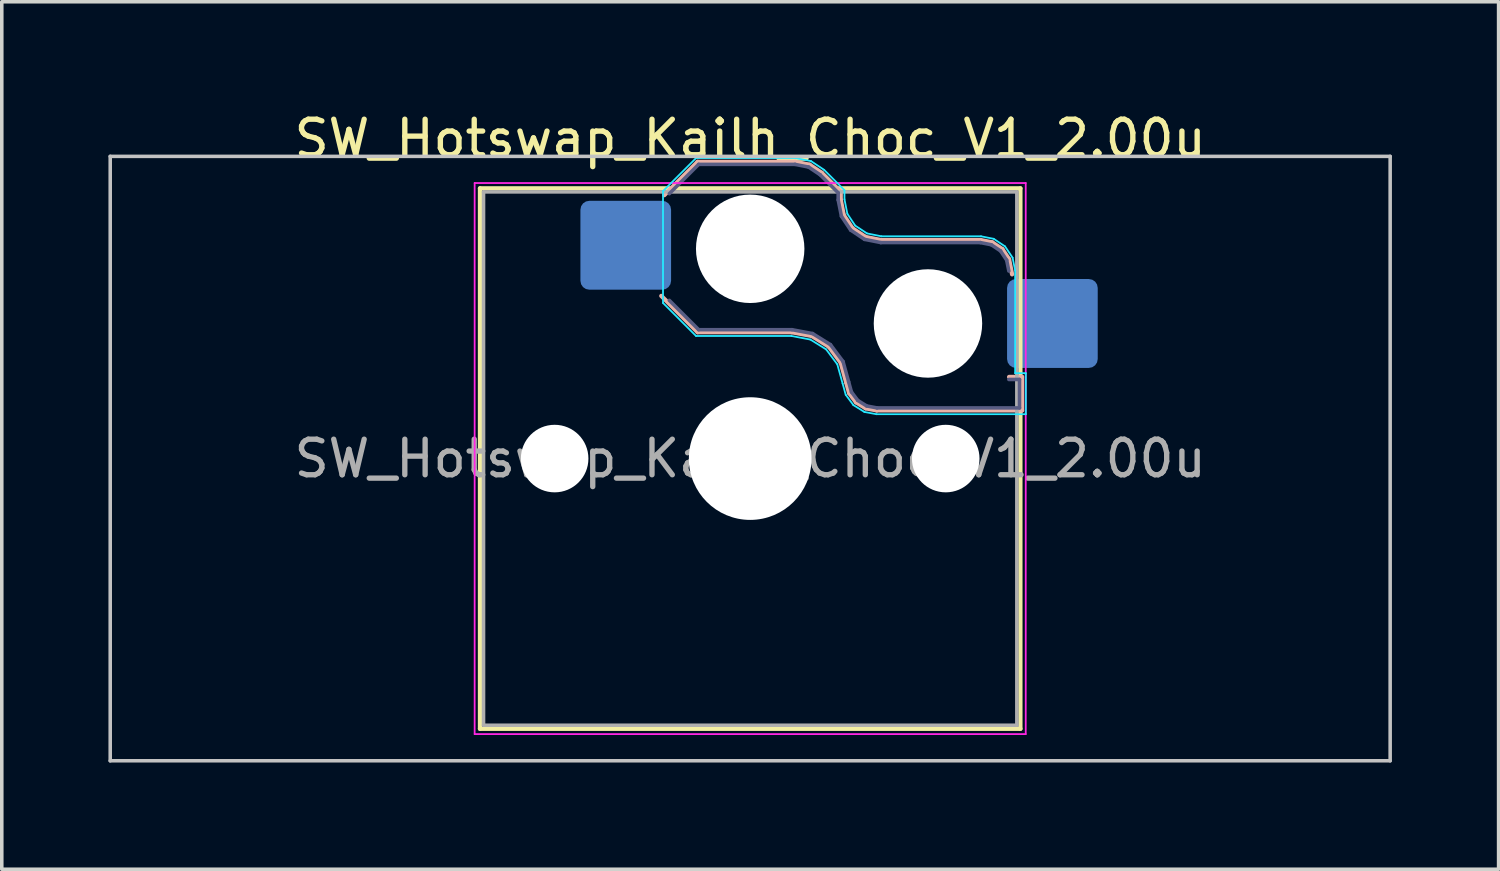
<source format=kicad_pcb>
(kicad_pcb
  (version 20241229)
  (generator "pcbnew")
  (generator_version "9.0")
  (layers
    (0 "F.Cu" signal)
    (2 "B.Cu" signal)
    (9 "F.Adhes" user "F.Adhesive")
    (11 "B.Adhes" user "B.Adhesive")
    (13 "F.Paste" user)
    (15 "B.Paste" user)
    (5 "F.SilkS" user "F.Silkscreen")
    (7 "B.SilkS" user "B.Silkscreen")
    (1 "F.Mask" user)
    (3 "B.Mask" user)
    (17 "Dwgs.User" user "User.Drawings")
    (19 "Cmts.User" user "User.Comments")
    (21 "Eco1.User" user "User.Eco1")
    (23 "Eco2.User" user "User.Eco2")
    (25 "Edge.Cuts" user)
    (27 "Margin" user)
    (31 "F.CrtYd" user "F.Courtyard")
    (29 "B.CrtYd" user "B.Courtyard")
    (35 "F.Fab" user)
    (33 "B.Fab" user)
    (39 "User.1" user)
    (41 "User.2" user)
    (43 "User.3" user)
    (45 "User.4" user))
  (footprint "SW_Hotswap_Kailh_Choc_V1_2.00u"
    (layer "F.Cu")
    (at 18.05 9.848)
    (property "Reference" "SW_Hotswap_Kailh_Choc_V1_2.00u" (at 0 -9 0) (layer "F.SilkS") (effects (font (size 1 1) (thickness 0.15))))
    (attr smd)
    (fp_line (start -7.6 -7.6) (end -7.6 7.6) (stroke (width 0.12) (type solid)) (layer "F.SilkS"))
    (fp_line (start -7.6 7.6) (end 7.6 7.6) (stroke (width 0.12) (type solid)) (layer "F.SilkS"))
    (fp_line (start 7.6 -7.6) (end -7.6 -7.6) (stroke (width 0.12) (type solid)) (layer "F.SilkS"))
    (fp_line (start 7.6 7.6) (end 7.6 -7.6) (stroke (width 0.12) (type solid)) (layer "F.SilkS"))
    (fp_line (start -2.416 -7.409) (end -1.479 -8.346) (stroke (width 0.12) (type solid)) (layer "B.SilkS"))
    (fp_line (start -1.479 -8.346) (end 1.268 -8.346) (stroke (width 0.12) (type solid)) (layer "B.SilkS"))
    (fp_line (start -1.479 -3.554) (end -2.5 -4.575) (stroke (width 0.12) (type solid)) (layer "B.SilkS"))
    (fp_line (start 1.168 -3.554) (end -1.479 -3.554) (stroke (width 0.12) (type solid)) (layer "B.SilkS"))
    (fp_line (start 1.268 -8.346) (end 1.671 -8.266) (stroke (width 0.12) (type solid)) (layer "B.SilkS"))
    (fp_line (start 1.671 -8.266) (end 2.013 -8.037) (stroke (width 0.12) (type solid)) (layer "B.SilkS"))
    (fp_line (start 1.73 -3.449) (end 1.168 -3.554) (stroke (width 0.12) (type solid)) (layer "B.SilkS"))
    (fp_line (start 2.013 -8.037) (end 2.546 -7.504) (stroke (width 0.12) (type solid)) (layer "B.SilkS"))
    (fp_line (start 2.209 -3.15) (end 1.73 -3.449) (stroke (width 0.12) (type solid)) (layer "B.SilkS"))
    (fp_line (start 2.546 -7.504) (end 2.546 -7.282) (stroke (width 0.12) (type solid)) (layer "B.SilkS"))
    (fp_line (start 2.546 -7.282) (end 2.633 -6.844) (stroke (width 0.12) (type solid)) (layer "B.SilkS"))
    (fp_line (start 2.547 -2.697) (end 2.209 -3.15) (stroke (width 0.12) (type solid)) (layer "B.SilkS"))
    (fp_line (start 2.633 -6.844) (end 2.877 -6.477) (stroke (width 0.12) (type solid)) (layer "B.SilkS"))
    (fp_line (start 2.701 -2.139) (end 2.547 -2.697) (stroke (width 0.12) (type solid)) (layer "B.SilkS"))
    (fp_line (start 2.783 -1.841) (end 2.701 -2.139) (stroke (width 0.12) (type solid)) (layer "B.SilkS"))
    (fp_line (start 2.877 -6.477) (end 3.244 -6.233) (stroke (width 0.12) (type solid)) (layer "B.SilkS"))
    (fp_line (start 2.976 -1.583) (end 2.783 -1.841) (stroke (width 0.12) (type solid)) (layer "B.SilkS"))
    (fp_line (start 3.244 -6.233) (end 3.682 -6.146) (stroke (width 0.12) (type solid)) (layer "B.SilkS"))
    (fp_line (start 3.25 -1.413) (end 2.976 -1.583) (stroke (width 0.12) (type solid)) (layer "B.SilkS"))
    (fp_line (start 3.56 -1.354) (end 3.25 -1.413) (stroke (width 0.12) (type solid)) (layer "B.SilkS"))
    (fp_line (start 3.682 -6.146) (end 6.482 -6.146) (stroke (width 0.12) (type solid)) (layer "B.SilkS"))
    (fp_line (start 6.482 -6.146) (end 6.809 -6.081) (stroke (width 0.12) (type solid)) (layer "B.SilkS"))
    (fp_line (start 6.809 -6.081) (end 7.092 -5.892) (stroke (width 0.12) (type solid)) (layer "B.SilkS"))
    (fp_line (start 7.092 -5.892) (end 7.281 -5.609) (stroke (width 0.12) (type solid)) (layer "B.SilkS"))
    (fp_line (start 7.281 -5.609) (end 7.366 -5.182) (stroke (width 0.12) (type solid)) (layer "B.SilkS"))
    (fp_line (start 7.283 -2.296) (end 7.646 -2.296) (stroke (width 0.12) (type solid)) (layer "B.SilkS"))
    (fp_line (start 7.646 -2.296) (end 7.646 -1.354) (stroke (width 0.12) (type solid)) (layer "B.SilkS"))
    (fp_line (start 7.646 -1.354) (end 3.56 -1.354) (stroke (width 0.12) (type solid)) (layer "B.SilkS"))
    (fp_line (start -18 -8.5) (end -18 8.5) (stroke (width 0.1) (type solid)) (layer "Dwgs.User"))
    (fp_line (start -18 8.5) (end 18 8.5) (stroke (width 0.1) (type solid)) (layer "Dwgs.User"))
    (fp_line (start 18 -8.5) (end -18 -8.5) (stroke (width 0.1) (type solid)) (layer "Dwgs.User"))
    (fp_line (start 18 8.5) (end 18 -8.5) (stroke (width 0.1) (type solid)) (layer "Dwgs.User"))
    (fp_line (start -7.25 -7.25) (end -7.25 7.25) (stroke (width 0.1) (type solid)) (layer "Eco1.User"))
    (fp_line (start -7.25 7.25) (end 7.25 7.25) (stroke (width 0.1) (type solid)) (layer "Eco1.User"))
    (fp_line (start 7.25 -7.25) (end -7.25 -7.25) (stroke (width 0.1) (type solid)) (layer "Eco1.User"))
    (fp_line (start 7.25 7.25) (end 7.25 -7.25) (stroke (width 0.1) (type solid)) (layer "Eco1.User"))
    (fp_line (start -2.452 -7.523) (end -1.523 -8.452) (stroke (width 0.05) (type solid)) (layer "B.CrtYd"))
    (fp_line (start -2.452 -4.377) (end -2.452 -7.523) (stroke (width 0.05) (type solid)) (layer "B.CrtYd"))
    (fp_line (start -1.523 -8.452) (end 1.278 -8.452) (stroke (width 0.05) (type solid)) (layer "B.CrtYd"))
    (fp_line (start -1.523 -3.448) (end -2.452 -4.377) (stroke (width 0.05) (type solid)) (layer "B.CrtYd"))
    (fp_line (start 1.159 -3.448) (end -1.523 -3.448) (stroke (width 0.05) (type solid)) (layer "B.CrtYd"))
    (fp_line (start 1.278 -8.452) (end 1.712 -8.366) (stroke (width 0.05) (type solid)) (layer "B.CrtYd"))
    (fp_line (start 1.691 -3.348) (end 1.159 -3.448) (stroke (width 0.05) (type solid)) (layer "B.CrtYd"))
    (fp_line (start 1.712 -8.366) (end 2.081 -8.119) (stroke (width 0.05) (type solid)) (layer "B.CrtYd"))
    (fp_line (start 2.081 -8.119) (end 2.652 -7.548) (stroke (width 0.05) (type solid)) (layer "B.CrtYd"))
    (fp_line (start 2.136 -3.071) (end 1.691 -3.348) (stroke (width 0.05) (type solid)) (layer "B.CrtYd"))
    (fp_line (start 2.45 -2.65) (end 2.136 -3.071) (stroke (width 0.05) (type solid)) (layer "B.CrtYd"))
    (fp_line (start 2.599 -2.111) (end 2.45 -2.65) (stroke (width 0.05) (type solid)) (layer "B.CrtYd"))
    (fp_line (start 2.652 -7.548) (end 2.652 -7.292) (stroke (width 0.05) (type solid)) (layer "B.CrtYd"))
    (fp_line (start 2.652 -7.292) (end 2.733 -6.885) (stroke (width 0.05) (type solid)) (layer "B.CrtYd"))
    (fp_line (start 2.687 -1.794) (end 2.599 -2.111) (stroke (width 0.05) (type solid)) (layer "B.CrtYd"))
    (fp_line (start 2.733 -6.885) (end 2.953 -6.553) (stroke (width 0.05) (type solid)) (layer "B.CrtYd"))
    (fp_line (start 2.903 -1.503) (end 2.687 -1.794) (stroke (width 0.05) (type solid)) (layer "B.CrtYd"))
    (fp_line (start 2.953 -6.553) (end 3.285 -6.333) (stroke (width 0.05) (type solid)) (layer "B.CrtYd"))
    (fp_line (start 3.211 -1.312) (end 2.903 -1.503) (stroke (width 0.05) (type solid)) (layer "B.CrtYd"))
    (fp_line (start 3.285 -6.333) (end 3.692 -6.252) (stroke (width 0.05) (type solid)) (layer "B.CrtYd"))
    (fp_line (start 3.55 -1.248) (end 3.211 -1.312) (stroke (width 0.05) (type solid)) (layer "B.CrtYd"))
    (fp_line (start 3.692 -6.252) (end 6.492 -6.252) (stroke (width 0.05) (type solid)) (layer "B.CrtYd"))
    (fp_line (start 6.492 -6.252) (end 6.85 -6.181) (stroke (width 0.05) (type solid)) (layer "B.CrtYd"))
    (fp_line (start 6.85 -6.181) (end 7.168 -5.968) (stroke (width 0.05) (type solid)) (layer "B.CrtYd"))
    (fp_line (start 7.168 -5.968) (end 7.381 -5.65) (stroke (width 0.05) (type solid)) (layer "B.CrtYd"))
    (fp_line (start 7.381 -5.65) (end 7.452 -5.292) (stroke (width 0.05) (type solid)) (layer "B.CrtYd"))
    (fp_line (start 7.452 -5.292) (end 7.452 -2.402) (stroke (width 0.05) (type solid)) (layer "B.CrtYd"))
    (fp_line (start 7.452 -2.402) (end 7.752 -2.402) (stroke (width 0.05) (type solid)) (layer "B.CrtYd"))
    (fp_line (start 7.752 -2.402) (end 7.752 -1.248) (stroke (width 0.05) (type solid)) (layer "B.CrtYd"))
    (fp_line (start 7.752 -1.248) (end 3.55 -1.248) (stroke (width 0.05) (type solid)) (layer "B.CrtYd"))
    (fp_line (start -7.75 -7.75) (end -7.75 7.75) (stroke (width 0.05) (type solid)) (layer "F.CrtYd"))
    (fp_line (start -7.75 7.75) (end 7.75 7.75) (stroke (width 0.05) (type solid)) (layer "F.CrtYd"))
    (fp_line (start 7.75 -7.75) (end -7.75 -7.75) (stroke (width 0.05) (type solid)) (layer "F.CrtYd"))
    (fp_line (start 7.75 7.75) (end 7.75 -7.75) (stroke (width 0.05) (type solid)) (layer "F.CrtYd"))
    (fp_line (start -2.275 -7.45) (end -1.45 -8.275) (stroke (width 0.1) (type solid)) (layer "B.Fab"))
    (fp_line (start -1.45 -8.275) (end 1.261 -8.275) (stroke (width 0.1) (type solid)) (layer "B.Fab"))
    (fp_line (start -1.45 -3.625) (end -2.275 -4.45) (stroke (width 0.1) (type solid)) (layer "B.Fab"))
    (fp_line (start 1.175 -3.625) (end -1.45 -3.625) (stroke (width 0.1) (type solid)) (layer "B.Fab"))
    (fp_line (start 1.261 -8.275) (end 1.643 -8.199) (stroke (width 0.1) (type solid)) (layer "B.Fab"))
    (fp_line (start 1.643 -8.199) (end 1.968 -7.982) (stroke (width 0.1) (type solid)) (layer "B.Fab"))
    (fp_line (start 1.756 -3.516) (end 1.175 -3.625) (stroke (width 0.1) (type solid)) (layer "B.Fab"))
    (fp_line (start 1.968 -7.982) (end 2.475 -7.475) (stroke (width 0.1) (type solid)) (layer "B.Fab"))
    (fp_line (start 2.258 -3.203) (end 1.756 -3.516) (stroke (width 0.1) (type solid)) (layer "B.Fab"))
    (fp_line (start 2.475 -7.475) (end 2.475 -7.275) (stroke (width 0.1) (type solid)) (layer "B.Fab"))
    (fp_line (start 2.475 -7.275) (end 2.566 -6.816) (stroke (width 0.1) (type solid)) (layer "B.Fab"))
    (fp_line (start 2.566 -6.816) (end 2.826 -6.426) (stroke (width 0.1) (type solid)) (layer "B.Fab"))
    (fp_line (start 2.612 -2.729) (end 2.258 -3.203) (stroke (width 0.1) (type solid)) (layer "B.Fab"))
    (fp_line (start 2.769 -2.158) (end 2.612 -2.729) (stroke (width 0.1) (type solid)) (layer "B.Fab"))
    (fp_line (start 2.826 -6.426) (end 3.216 -6.166) (stroke (width 0.1) (type solid)) (layer "B.Fab"))
    (fp_line (start 2.848 -1.873) (end 2.769 -2.158) (stroke (width 0.1) (type solid)) (layer "B.Fab"))
    (fp_line (start 3.025 -1.636) (end 2.848 -1.873) (stroke (width 0.1) (type solid)) (layer "B.Fab"))
    (fp_line (start 3.216 -6.166) (end 3.675 -6.075) (stroke (width 0.1) (type solid)) (layer "B.Fab"))
    (fp_line (start 3.276 -1.48) (end 3.025 -1.636) (stroke (width 0.1) (type solid)) (layer "B.Fab"))
    (fp_line (start 3.567 -1.425) (end 3.276 -1.48) (stroke (width 0.1) (type solid)) (layer "B.Fab"))
    (fp_line (start 3.675 -6.075) (end 6.475 -6.075) (stroke (width 0.1) (type solid)) (layer "B.Fab"))
    (fp_line (start 6.475 -6.075) (end 6.781 -6.014) (stroke (width 0.1) (type solid)) (layer "B.Fab"))
    (fp_line (start 6.781 -6.014) (end 7.041 -5.841) (stroke (width 0.1) (type solid)) (layer "B.Fab"))
    (fp_line (start 7.041 -5.841) (end 7.214 -5.581) (stroke (width 0.1) (type solid)) (layer "B.Fab"))
    (fp_line (start 7.214 -5.581) (end 7.275 -5.275) (stroke (width 0.1) (type solid)) (layer "B.Fab"))
    (fp_line (start 7.275 -2.225) (end 7.575 -2.225) (stroke (width 0.1) (type solid)) (layer "B.Fab"))
    (fp_line (start 7.575 -2.225) (end 7.575 -1.425) (stroke (width 0.1) (type solid)) (layer "B.Fab"))
    (fp_line (start 7.575 -1.425) (end 3.567 -1.425) (stroke (width 0.1) (type solid)) (layer "B.Fab"))
    (fp_line (start -7.5 -7.5) (end -7.5 7.5) (stroke (width 0.1) (type solid)) (layer "F.Fab"))
    (fp_line (start -7.5 7.5) (end 7.5 7.5) (stroke (width 0.1) (type solid)) (layer "F.Fab"))
    (fp_line (start 7.5 -7.5) (end -7.5 -7.5) (stroke (width 0.1) (type solid)) (layer "F.Fab"))
    (fp_line (start 7.5 7.5) (end 7.5 -7.5) (stroke (width 0.1) (type solid)) (layer "F.Fab"))
    (fp_text user "${REFERENCE}" (at 0 0 0) (layer "F.Fab") (effects (font (size 1 1) (thickness 0.15))))
    (pad "" np_thru_hole circle (at -5.5 0) (size 1.9 1.9) (drill 1.9) (layers "*.Cu" "*.Mask"))
    (pad "" np_thru_hole circle (at 0 -5.9) (size 3.05 3.05) (drill 3.05) (layers "*.Cu" "*.Mask"))
    (pad "" np_thru_hole circle (at 0 0) (size 3.45 3.45) (drill 3.45) (layers "*.Cu" "*.Mask"))
    (pad "" np_thru_hole circle (at 5 -3.8) (size 3.05 3.05) (drill 3.05) (layers "*.Cu" "*.Mask"))
    (pad "" np_thru_hole circle (at 5.5 0) (size 1.9 1.9) (drill 1.9) (layers "*.Cu" "*.Mask"))
    (pad "1" smd roundrect (at -3.5 -6) (size 2.55 2.5) (layers "B.Cu" "B.Mask" "B.Paste") (roundrect_rratio 0.1))
    (pad "2" smd roundrect (at 8.5 -3.8) (size 2.55 2.5) (layers "B.Cu" "B.Mask" "B.Paste") (roundrect_rratio 0.1)))
  (gr_rect
    (start -3 -3)
    (end 39.1 21.398)
    (stroke (width 0.1) (type default))
    (fill no)
    (layer "Edge.Cuts")))
</source>
